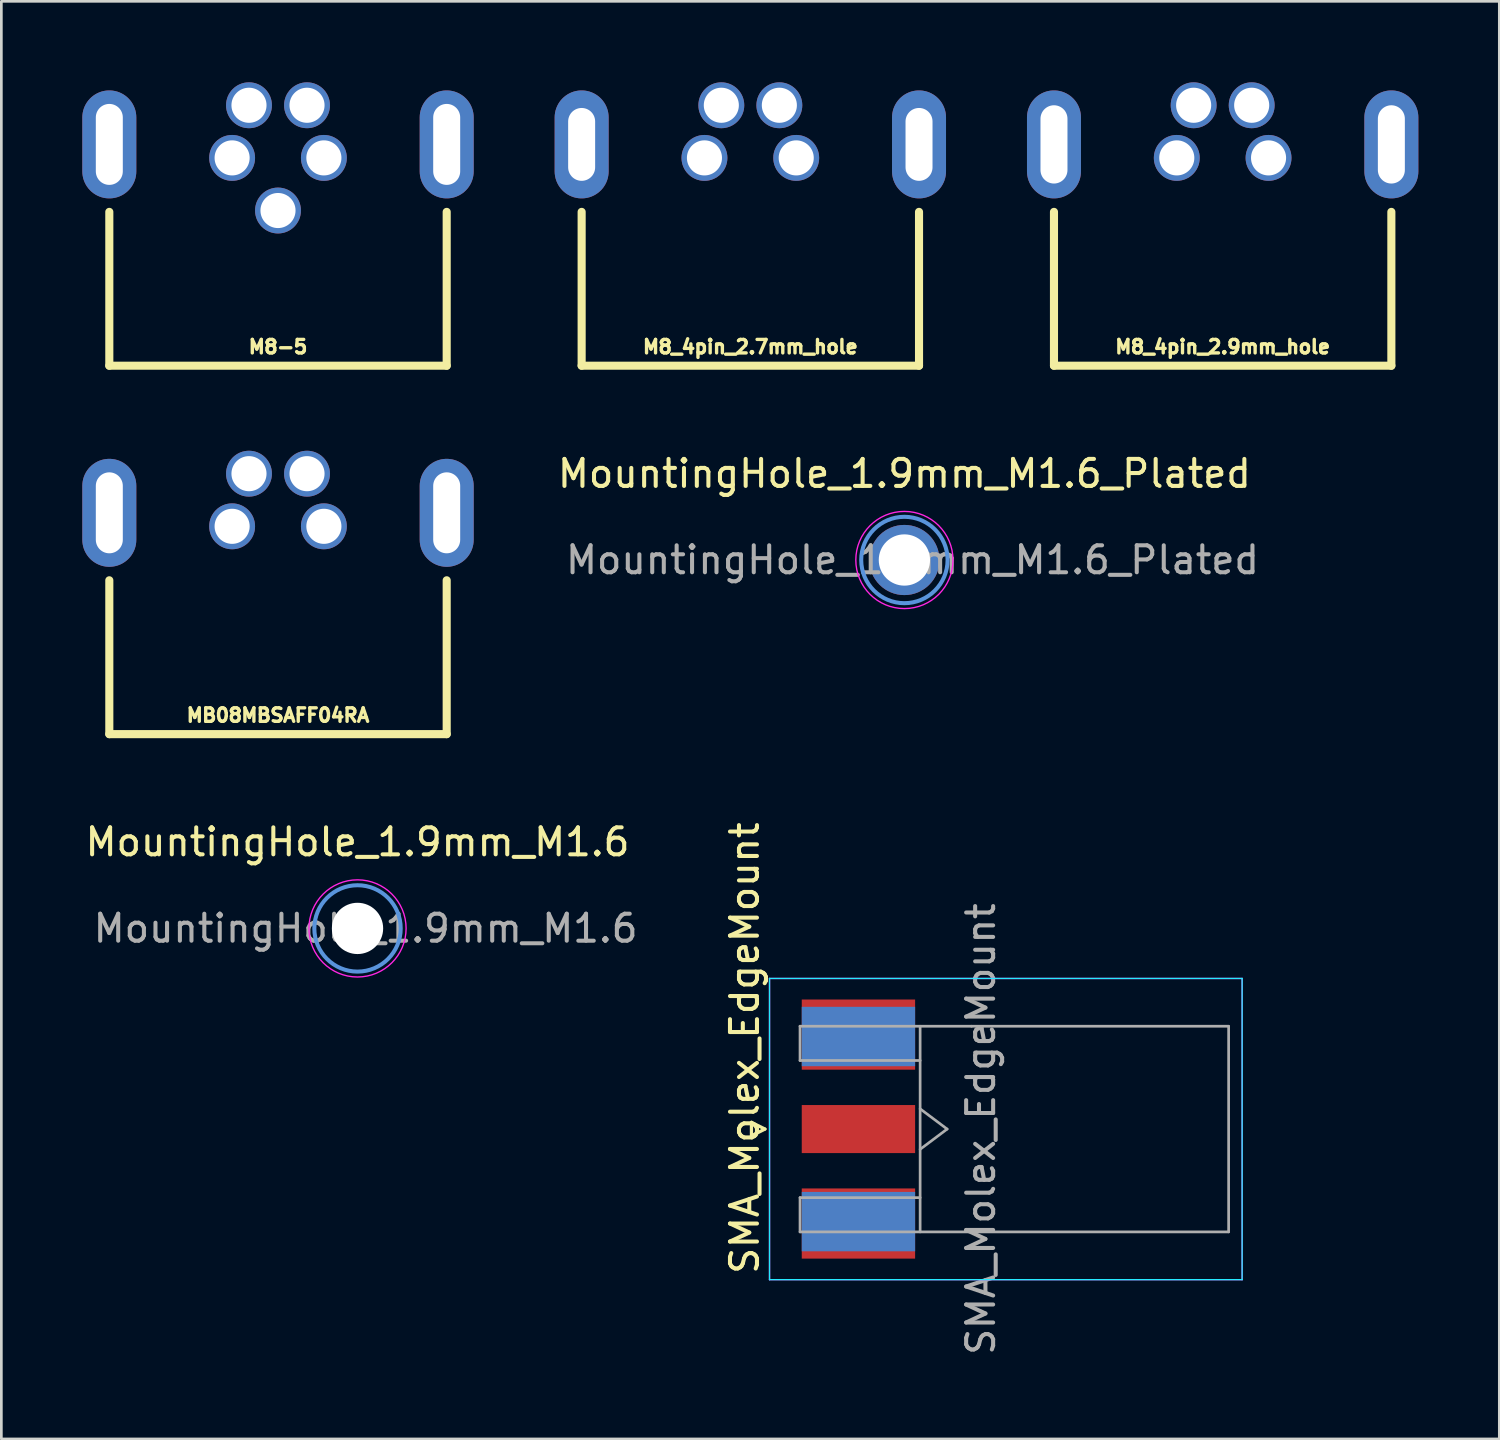
<source format=kicad_pcb>
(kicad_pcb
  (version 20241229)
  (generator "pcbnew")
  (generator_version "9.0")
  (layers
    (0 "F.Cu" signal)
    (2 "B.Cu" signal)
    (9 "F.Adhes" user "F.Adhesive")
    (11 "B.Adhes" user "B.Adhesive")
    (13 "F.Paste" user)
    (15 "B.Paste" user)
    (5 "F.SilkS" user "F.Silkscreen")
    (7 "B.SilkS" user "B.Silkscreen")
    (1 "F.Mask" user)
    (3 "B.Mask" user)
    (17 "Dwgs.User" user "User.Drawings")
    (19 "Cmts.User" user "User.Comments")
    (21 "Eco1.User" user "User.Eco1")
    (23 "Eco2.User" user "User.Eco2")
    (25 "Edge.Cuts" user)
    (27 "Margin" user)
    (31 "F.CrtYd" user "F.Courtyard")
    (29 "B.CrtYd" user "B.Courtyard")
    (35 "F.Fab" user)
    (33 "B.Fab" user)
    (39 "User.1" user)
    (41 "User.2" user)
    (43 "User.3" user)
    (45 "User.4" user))
  (footprint "MB08MBSAFF04RA"
    (layer "F.Cu")
    (at 7.25 16.45)
    (property "Reference" "MB08MBSAFF04RA" (at 0 7 0) (layer "F.SilkS") (effects (font (size 0.5 0.5) (thickness 0.125))))
    (attr through_hole)
    (fp_line (start -6.25 2) (end -6.25 7.7) (stroke (width 0.3) (type solid)) (layer "F.SilkS"))
    (fp_line (start -6.25 7.7) (end 6.25 7.7) (stroke (width 0.3) (type solid)) (layer "F.SilkS"))
    (fp_line (start 6.25 2) (end 6.25 7.7) (stroke (width 0.3) (type solid)) (layer "F.SilkS"))
    (pad "1" thru_hole circle (at -1.7 0) (size 1.7 1.7) (drill 1.3) (layers "*.Cu" "*.Mask"))
    (pad "2" thru_hole circle (at -1.075 -1.95) (size 1.7 1.7) (drill 1.3) (layers "*.Cu" "*.Mask"))
    (pad "3" thru_hole circle (at 1.7 0) (size 1.7 1.7) (drill 1.3) (layers "*.Cu" "*.Mask"))
    (pad "4" thru_hole circle (at 1.075 -1.95) (size 1.7 1.7) (drill 1.3) (layers "*.Cu" "*.Mask"))
    (pad "SH" thru_hole oval (at -6.25 -0.5) (size 2 4) (drill oval 1 3) (layers "*.Cu" "*.Mask"))
    (pad "SH" thru_hole oval (at 6.25 -0.5) (size 2 4) (drill oval 1 3) (layers "*.Cu" "*.Mask")))
  (footprint "M8_4pin_2.7mm_hole"
    (layer "F.Cu")
    (at 24.75 2.8)
    (property "Reference" "M8_4pin_2.7mm_hole" (at 0 7 0) (layer "F.SilkS") (effects (font (size 0.5 0.5) (thickness 0.125))))
    (attr through_hole)
    (fp_line (start -6.25 2) (end -6.25 7.7) (stroke (width 0.3) (type solid)) (layer "F.SilkS"))
    (fp_line (start -6.25 7.7) (end 6.25 7.7) (stroke (width 0.3) (type solid)) (layer "F.SilkS"))
    (fp_line (start 6.25 2) (end 6.25 7.7) (stroke (width 0.3) (type solid)) (layer "F.SilkS"))
    (pad "1" thru_hole circle (at -1.7 0) (size 1.7 1.7) (drill 1.3) (layers "*.Cu" "*.Mask"))
    (pad "2" thru_hole circle (at -1.075 -1.95) (size 1.7 1.7) (drill 1.3) (layers "*.Cu" "*.Mask"))
    (pad "3" thru_hole circle (at 1.7 0) (size 1.7 1.7) (drill 1.3) (layers "*.Cu" "*.Mask"))
    (pad "4" thru_hole circle (at 1.075 -1.95) (size 1.7 1.7) (drill 1.3) (layers "*.Cu" "*.Mask"))
    (pad "SH" thru_hole oval (at -6.25 -0.5) (size 2 4) (drill oval 1 2.7) (layers "*.Cu" "*.Mask"))
    (pad "SH" thru_hole oval (at 6.25 -0.5) (size 2 4) (drill oval 1 2.7) (layers "*.Cu" "*.Mask")))
  (footprint "MountingHole_1.9mm_M1.6"
    (layer "F.Cu")
    (at 10.196 31.348)
    (property "Reference" "MountingHole_1.9mm_M1.6" (at 0 -3.2 0) (layer "F.SilkS") (effects (font (size 1 1) (thickness 0.15))))
    (attr exclude_from_pos_files exclude_from_bom)
    (fp_circle (center 0 0) (end 1.6 0) (stroke (width 0.15) (type solid)) (fill no) (layer "Cmts.User"))
    (fp_circle (center 0 0) (end 1.8 0) (stroke (width 0.05) (type solid)) (fill no) (layer "F.CrtYd"))
    (fp_text user "${REFERENCE}" (at 0.3 0 0) (layer "F.Fab") (effects (font (size 1 1) (thickness 0.15))))
    (pad "" np_thru_hole circle (at 0 0) (size 1.9 1.9) (drill 1.9) (layers "*.Cu" "*.Mask")))
  (footprint "M8_4pin_2.9mm_hole"
    (layer "F.Cu")
    (at 42.25 2.8)
    (property "Reference" "M8_4pin_2.9mm_hole" (at 0 7 0) (layer "F.SilkS") (effects (font (size 0.5 0.5) (thickness 0.125))))
    (attr through_hole)
    (fp_line (start -6.25 2) (end -6.25 7.7) (stroke (width 0.3) (type solid)) (layer "F.SilkS"))
    (fp_line (start -6.25 7.7) (end 6.25 7.7) (stroke (width 0.3) (type solid)) (layer "F.SilkS"))
    (fp_line (start 6.25 2) (end 6.25 7.7) (stroke (width 0.3) (type solid)) (layer "F.SilkS"))
    (pad "1" thru_hole circle (at -1.7 0) (size 1.7 1.7) (drill 1.3) (layers "*.Cu" "*.Mask"))
    (pad "2" thru_hole circle (at -1.075 -1.95) (size 1.7 1.7) (drill 1.3) (layers "*.Cu" "*.Mask"))
    (pad "3" thru_hole circle (at 1.7 0) (size 1.7 1.7) (drill 1.3) (layers "*.Cu" "*.Mask"))
    (pad "4" thru_hole circle (at 1.075 -1.95) (size 1.7 1.7) (drill 1.3) (layers "*.Cu" "*.Mask"))
    (pad "SH" thru_hole oval (at -6.25 -0.5) (size 2 4) (drill oval 1 2.9) (layers "*.Cu" "*.Mask"))
    (pad "SH" thru_hole oval (at 6.25 -0.5) (size 2 4) (drill oval 1 2.9) (layers "*.Cu" "*.Mask")))
  (footprint "M8-5"
    (layer "F.Cu")
    (at 7.25 2.8)
    (property "Reference" "M8-5" (at 0 7 0) (layer "F.SilkS") (effects (font (size 0.5 0.5) (thickness 0.125))))
    (attr through_hole)
    (fp_line (start -6.25 2) (end -6.25 7.7) (stroke (width 0.3) (type solid)) (layer "F.SilkS"))
    (fp_line (start -6.25 7.7) (end 6.25 7.7) (stroke (width 0.3) (type solid)) (layer "F.SilkS"))
    (fp_line (start 6.25 2) (end 6.25 7.7) (stroke (width 0.3) (type solid)) (layer "F.SilkS"))
    (pad "1" thru_hole circle (at -1.7 0) (size 1.7 1.7) (drill 1.3) (layers "*.Cu" "*.Mask"))
    (pad "2" thru_hole circle (at -1.075 -1.95) (size 1.7 1.7) (drill 1.3) (layers "*.Cu" "*.Mask"))
    (pad "3" thru_hole circle (at 1.7 0) (size 1.7 1.7) (drill 1.3) (layers "*.Cu" "*.Mask"))
    (pad "4" thru_hole circle (at 1.075 -1.95) (size 1.7 1.7) (drill 1.3) (layers "*.Cu" "*.Mask"))
    (pad "5" thru_hole circle (at 0 1.95) (size 1.7 1.7) (drill 1.3) (layers "*.Cu" "*.Mask"))
    (pad "SH" thru_hole oval (at -6.25 -0.5) (size 2 4) (drill oval 1 3) (layers "*.Cu" "*.Mask"))
    (pad "SH" thru_hole oval (at 6.25 -0.5) (size 2 4) (drill oval 1 3) (layers "*.Cu" "*.Mask")))
  (footprint "SMA_Molex_EdgeMount"
    (layer "F.Cu")
    (at 28.501 38.782)
    (property "Reference" "SMA_Molex_EdgeMount" (at -3.96 -3 90) (layer "F.SilkS") (effects (font (size 1 1) (thickness 0.15))))
    (attr smd)
    (fp_line (start -3.71 -0.25) (end -3.71 0.25) (stroke (width 0.12) (type solid)) (layer "F.SilkS"))
    (fp_line (start -3.71 0.25) (end -3.21 0) (stroke (width 0.12) (type solid)) (layer "F.SilkS"))
    (fp_line (start -3.21 0) (end -3.71 -0.25) (stroke (width 0.12) (type solid)) (layer "F.SilkS"))
    (fp_line (start -3.04 5.58) (end -3.04 -5.58) (stroke (width 0.05) (type solid)) (layer "B.CrtYd"))
    (fp_line (start 14.47 -5.58) (end -3.04 -5.58) (stroke (width 0.05) (type solid)) (layer "B.CrtYd"))
    (fp_line (start 14.47 -5.58) (end 14.47 5.58) (stroke (width 0.05) (type solid)) (layer "B.CrtYd"))
    (fp_line (start 14.47 5.58) (end -3.04 5.58) (stroke (width 0.05) (type solid)) (layer "B.CrtYd"))
    (fp_line (start -3.04 5.58) (end -3.04 -5.58) (stroke (width 0.05) (type solid)) (layer "F.CrtYd"))
    (fp_line (start 14.47 -5.58) (end -3.04 -5.58) (stroke (width 0.05) (type solid)) (layer "F.CrtYd"))
    (fp_line (start 14.47 -5.58) (end 14.47 5.58) (stroke (width 0.05) (type solid)) (layer "F.CrtYd"))
    (fp_line (start 14.47 5.58) (end -3.04 5.58) (stroke (width 0.05) (type solid)) (layer "F.CrtYd"))
    (fp_line (start -1.91 -3.81) (end -1.91 -2.54) (stroke (width 0.1) (type solid)) (layer "F.Fab"))
    (fp_line (start -1.91 -3.81) (end 4.445 -3.81) (stroke (width 0.1) (type solid)) (layer "F.Fab"))
    (fp_line (start -1.91 -2.54) (end 2.54 -2.54) (stroke (width 0.1) (type solid)) (layer "F.Fab"))
    (fp_line (start -1.91 2.54) (end -1.91 3.81) (stroke (width 0.1) (type solid)) (layer "F.Fab"))
    (fp_line (start -1.91 3.81) (end 4.445 3.81) (stroke (width 0.1) (type solid)) (layer "F.Fab"))
    (fp_line (start 2.54 -3.81) (end 2.54 3.81) (stroke (width 0.1) (type solid)) (layer "F.Fab"))
    (fp_line (start 2.54 -0.75) (end 3.54 0) (stroke (width 0.1) (type solid)) (layer "F.Fab"))
    (fp_line (start 2.54 2.54) (end -1.91 2.54) (stroke (width 0.1) (type solid)) (layer "F.Fab"))
    (fp_line (start 3.54 0) (end 2.54 0.75) (stroke (width 0.1) (type solid)) (layer "F.Fab"))
    (fp_line (start 4.445 -3.81) (end 13.97 -3.81) (stroke (width 0.1) (type solid)) (layer "F.Fab"))
    (fp_line (start 13.97 -3.81) (end 13.97 3.81) (stroke (width 0.1) (type solid)) (layer "F.Fab"))
    (fp_line (start 13.97 3.81) (end 4.445 3.81) (stroke (width 0.1) (type solid)) (layer "F.Fab"))
    (fp_text user "${REFERENCE}" (at 4.79 0 270) (layer "F.Fab") (effects (font (size 1 1) (thickness 0.15))))
    (pad "1" smd rect (at 0.254 0 90) (size 1.78 4.2) (layers "F.Cu" "F.Mask" "F.Paste"))
    (pad "2" smd rect (at 0.254 -3.5 90) (size 2.6 4.2) (layers "F.Cu" "F.Mask" "F.Paste"))
    (pad "2" smd rect (at 0.254 -3.429 90) (size 2.2 4.2) (layers "B.Cu" "B.Mask" "B.Paste"))
    (pad "2" smd rect (at 0.254 3.429 90) (size 2.2 4.2) (layers "B.Cu" "B.Mask" "B.Paste"))
    (pad "2" smd rect (at 0.254 3.5 90) (size 2.6 4.2) (layers "F.Cu" "F.Mask" "F.Paste")))
  (footprint "MountingHole_1.9mm_M1.6_Plated"
    (layer "F.Cu")
    (at 30.458 17.698)
    (property "Reference" "MountingHole_1.9mm_M1.6_Plated" (at 0 -3.2 0) (layer "F.SilkS") (effects (font (size 1 1) (thickness 0.15))))
    (attr exclude_from_pos_files exclude_from_bom)
    (fp_circle (center 0 0) (end 1.6 0) (stroke (width 0.15) (type solid)) (fill no) (layer "Cmts.User"))
    (fp_circle (center 0 0) (end 1.8 0) (stroke (width 0.05) (type solid)) (fill no) (layer "F.CrtYd"))
    (fp_text user "${REFERENCE}" (at 0.3 0 0) (layer "F.Fab") (effects (font (size 1 1) (thickness 0.15))))
    (pad "1" thru_hole circle (at 0 0) (size 2.6 2.6) (drill 1.9) (layers "*.Cu" "*.Mask")))
  (gr_rect
    (start -3 -3)
    (end 52.5 50.264)
    (stroke (width 0.1) (type default))
    (fill no)
    (layer "Edge.Cuts")))
</source>
